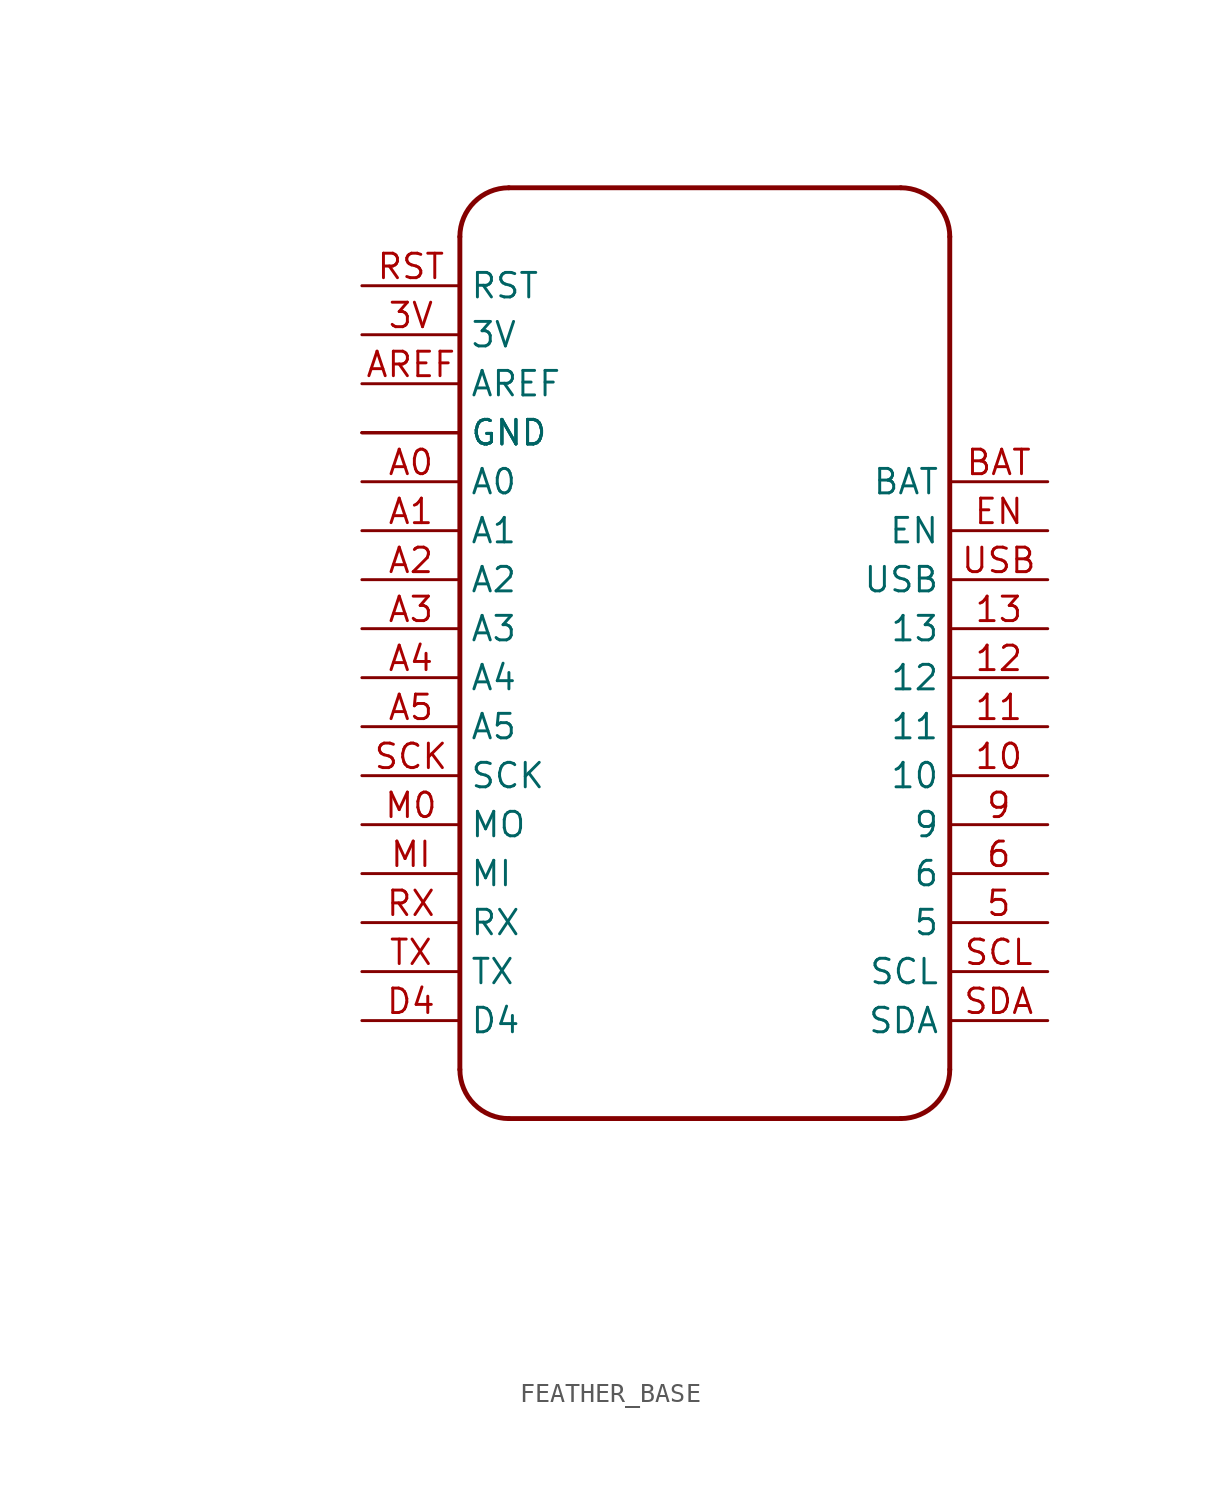
<source format=kicad_sym>
(kicad_symbol_lib
  (version 20231120)
  (generator "kicad_symbol_editor")
  (generator_version "8.0")
  (symbol "FEATHER_BASE"
    (property "Reference" ""
      (at -27.94 28.194 0)
      (effects (font (size 1.778 1.511)) (justify left bottom) (hide yes)))
    (property "Value" ""
      (at -27.94 -27.94 0)
      (effects (font (size 1.778 1.511)) (justify left bottom)))
    (property "ki_locked" ""
      (at 0 0 0)
      (effects (font (size 1.27 1.27))))
    (symbol "FEATHER_BASE_1_0"
      (arc (start -12.7 -17.78) (mid -11.9561 -19.5761) (end -10.16 -20.32) (stroke (width 0.254) (type solid)) (fill (type none)))
      (arc (start -10.16 27.94) (mid -11.9561 27.1961) (end -12.7 25.4) (stroke (width 0.254) (type solid)) (fill (type none)))
      (polyline (pts (xy -12.7 -17.78) (xy -12.7 25.4)) (stroke (width 0.254) (type solid)) (fill (type none)))
      (polyline (pts (xy -10.16 27.94) (xy 10.16 27.94)) (stroke (width 0.254) (type solid)) (fill (type none)))
      (polyline (pts (xy 10.16 -20.32) (xy -10.16 -20.32)) (stroke (width 0.254) (type solid)) (fill (type none)))
      (polyline (pts (xy 12.7 25.4) (xy 12.7 -17.78)) (stroke (width 0.254) (type solid)) (fill (type none)))
      (arc (start 10.16 -20.32) (mid 11.9561 -19.5761) (end 12.7 -17.78) (stroke (width 0.254) (type solid)) (fill (type none)))
      (arc (start 12.7 25.4) (mid 11.9561 27.1961) (end 10.16 27.94) (stroke (width 0.254) (type solid)) (fill (type none)))
      (pin bidirectional line (at 17.78 -2.54 180) (length 5.08) (name "10" (effects (font (size 1.27 1.27)))) (number "10" (effects (font (size 1.27 1.27)))))
      (pin bidirectional line (at 17.78 0 180) (length 5.08) (name "11" (effects (font (size 1.27 1.27)))) (number "11" (effects (font (size 1.27 1.27)))))
      (pin bidirectional line (at 17.78 2.54 180) (length 5.08) (name "12" (effects (font (size 1.27 1.27)))) (number "12" (effects (font (size 1.27 1.27)))))
      (pin bidirectional line (at 17.78 5.08 180) (length 5.08) (name "13" (effects (font (size 1.27 1.27)))) (number "13" (effects (font (size 1.27 1.27)))))
      (pin bidirectional line (at -17.78 20.32 0) (length 5.08) (name "3V" (effects (font (size 1.27 1.27)))) (number "3V" (effects (font (size 1.27 1.27)))))
      (pin bidirectional line (at 17.78 -10.16 180) (length 5.08) (name "5" (effects (font (size 1.27 1.27)))) (number "5" (effects (font (size 1.27 1.27)))))
      (pin bidirectional line (at 17.78 -7.62 180) (length 5.08) (name "6" (effects (font (size 1.27 1.27)))) (number "6" (effects (font (size 1.27 1.27)))))
      (pin bidirectional line (at 17.78 -5.08 180) (length 5.08) (name "9" (effects (font (size 1.27 1.27)))) (number "9" (effects (font (size 1.27 1.27)))))
      (pin bidirectional line (at -17.78 12.7 0) (length 5.08) (name "A0" (effects (font (size 1.27 1.27)))) (number "A0" (effects (font (size 1.27 1.27)))))
      (pin bidirectional line (at -17.78 10.16 0) (length 5.08) (name "A1" (effects (font (size 1.27 1.27)))) (number "A1" (effects (font (size 1.27 1.27)))))
      (pin bidirectional line (at -17.78 7.62 0) (length 5.08) (name "A2" (effects (font (size 1.27 1.27)))) (number "A2" (effects (font (size 1.27 1.27)))))
      (pin bidirectional line (at -17.78 5.08 0) (length 5.08) (name "A3" (effects (font (size 1.27 1.27)))) (number "A3" (effects (font (size 1.27 1.27)))))
      (pin bidirectional line (at -17.78 2.54 0) (length 5.08) (name "A4" (effects (font (size 1.27 1.27)))) (number "A4" (effects (font (size 1.27 1.27)))))
      (pin bidirectional line (at -17.78 0 0) (length 5.08) (name "A5" (effects (font (size 1.27 1.27)))) (number "A5" (effects (font (size 1.27 1.27)))))
      (pin bidirectional line (at -17.78 17.78 0) (length 5.08) (name "AREF" (effects (font (size 1.27 1.27)))) (number "AREF" (effects (font (size 1.27 1.27)))))
      (pin bidirectional line (at 17.78 12.7 180) (length 5.08) (name "BAT" (effects (font (size 1.27 1.27)))) (number "BAT" (effects (font (size 1.27 1.27)))))
      (pin bidirectional line (at -17.78 -15.24 0) (length 5.08) (name "D4" (effects (font (size 1.27 1.27)))) (number "D4" (effects (font (size 1.27 1.27)))))
      (pin bidirectional line (at 17.78 10.16 180) (length 5.08) (name "EN" (effects (font (size 1.27 1.27)))) (number "EN" (effects (font (size 1.27 1.27)))))
      (pin bidirectional line (at -17.78 15.24 0) (length 5.08) (name "GND" (effects (font (size 1.27 1.27)))) (number "GND" (effects (font (size 0 0)))))
      (pin bidirectional line (at -17.78 -5.08 0) (length 5.08) (name "MO" (effects (font (size 1.27 1.27)))) (number "M0" (effects (font (size 1.27 1.27)))))
      (pin bidirectional line (at -17.78 -7.62 0) (length 5.08) (name "MI" (effects (font (size 1.27 1.27)))) (number "MI" (effects (font (size 1.27 1.27)))))
      (pin bidirectional line (at -17.78 15.24 0) (length 5.08) (name "GND" (effects (font (size 1.27 1.27)))) (number "P$1" (effects (font (size 0 0)))))
      (pin bidirectional line (at -17.78 15.24 0) (length 5.08) (name "GND" (effects (font (size 1.27 1.27)))) (number "P$2" (effects (font (size 0 0)))))
      (pin bidirectional line (at -17.78 22.86 0) (length 5.08) (name "RST" (effects (font (size 1.27 1.27)))) (number "RST" (effects (font (size 1.27 1.27)))))
      (pin bidirectional line (at -17.78 -10.16 0) (length 5.08) (name "RX" (effects (font (size 1.27 1.27)))) (number "RX" (effects (font (size 1.27 1.27)))))
      (pin bidirectional line (at -17.78 -2.54 0) (length 5.08) (name "SCK" (effects (font (size 1.27 1.27)))) (number "SCK" (effects (font (size 1.27 1.27)))))
      (pin bidirectional line (at 17.78 -12.7 180) (length 5.08) (name "SCL" (effects (font (size 1.27 1.27)))) (number "SCL" (effects (font (size 1.27 1.27)))))
      (pin bidirectional line (at 17.78 -15.24 180) (length 5.08) (name "SDA" (effects (font (size 1.27 1.27)))) (number "SDA" (effects (font (size 1.27 1.27)))))
      (pin bidirectional line (at -17.78 -12.7 0) (length 5.08) (name "TX" (effects (font (size 1.27 1.27)))) (number "TX" (effects (font (size 1.27 1.27)))))
      (pin bidirectional line (at 17.78 7.62 180) (length 5.08) (name "USB" (effects (font (size 1.27 1.27)))) (number "USB" (effects (font (size 1.27 1.27))))))))
</source>
